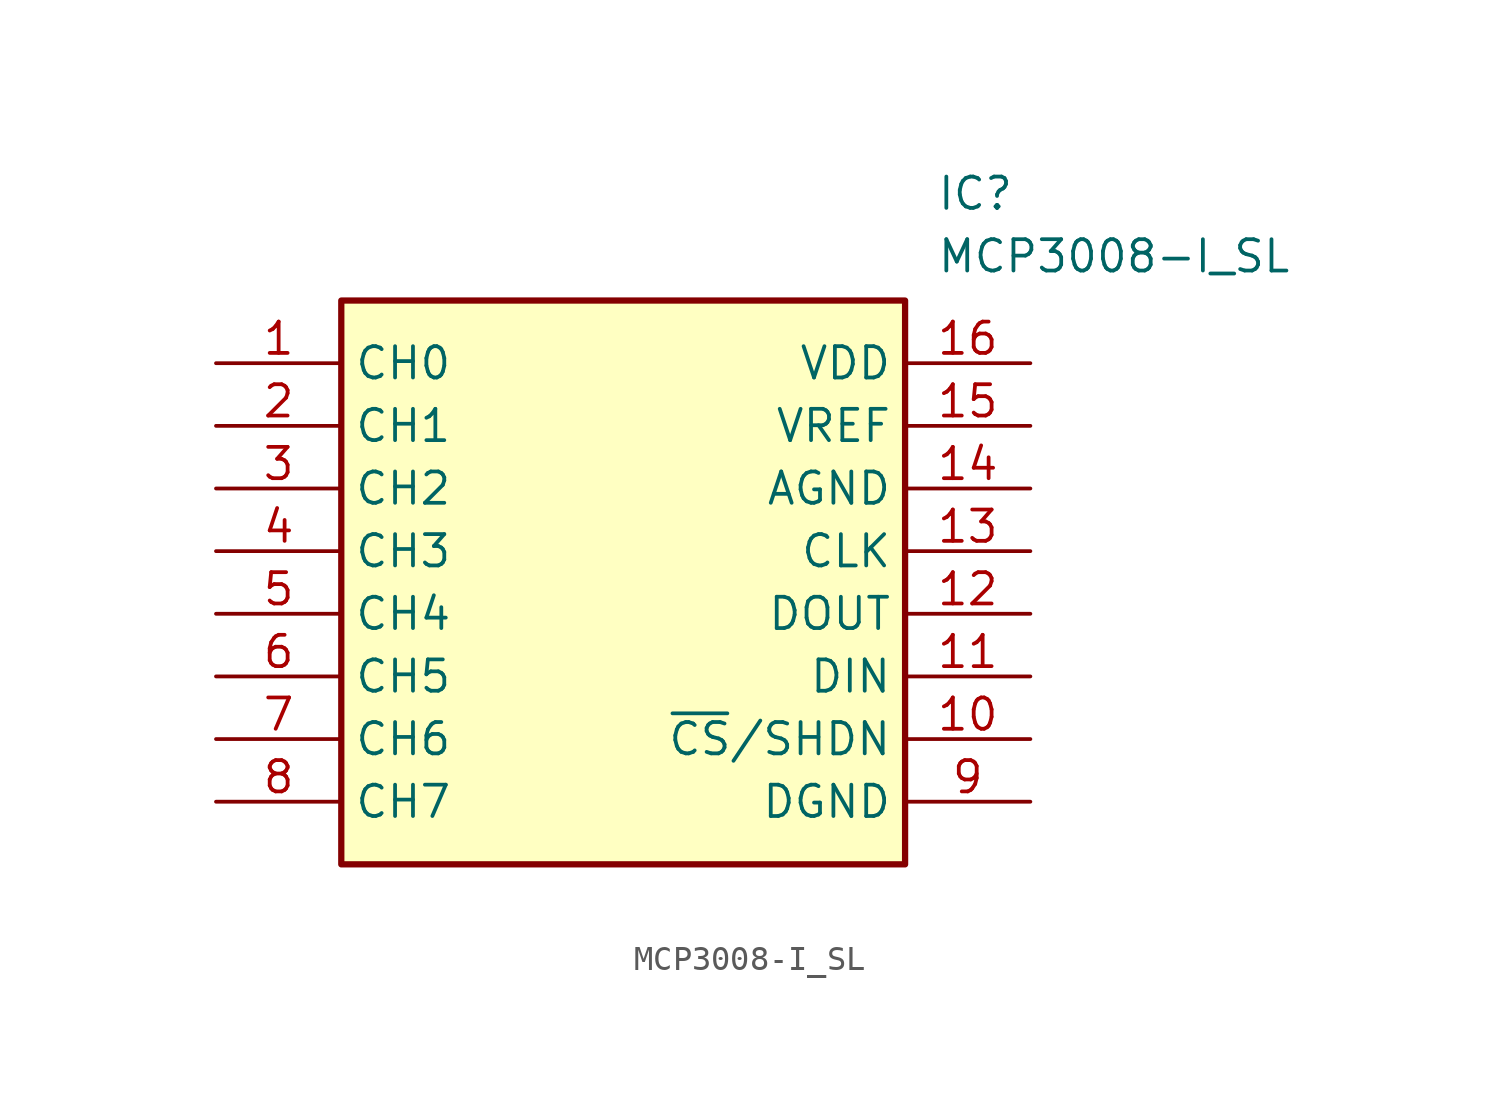
<source format=kicad_sym>
(kicad_symbol_lib
  (version 20211014)
  (generator SamacSys_ECAD_Model)
  (symbol "MCP3008-I_SL"
    (property "Reference" "IC"
      (at 29.21 7.62 0)
      (effects (font (size 1.27 1.27)) (justify left top)))
    (property "Value" "MCP3008-I_SL"
      (at 29.21 5.08 0)
      (effects (font (size 1.27 1.27)) (justify left top)))
    (rectangle
      (start 5.08 2.54)
      (end 27.94 -20.32)
      (stroke (width 0.254) (type default))
      (fill (type background)))
    (pin passive line
      (at 0 0 0)
      (length 5.08)
      (name "CH0" (effects (font (size 1.27 1.27))))
      (number "1" (effects (font (size 1.27 1.27)))))
    (pin passive line
      (at 0 -2.54 0)
      (length 5.08)
      (name "CH1" (effects (font (size 1.27 1.27))))
      (number "2" (effects (font (size 1.27 1.27)))))
    (pin passive line
      (at 0 -5.08 0)
      (length 5.08)
      (name "CH2" (effects (font (size 1.27 1.27))))
      (number "3" (effects (font (size 1.27 1.27)))))
    (pin passive line
      (at 0 -7.62 0)
      (length 5.08)
      (name "CH3" (effects (font (size 1.27 1.27))))
      (number "4" (effects (font (size 1.27 1.27)))))
    (pin passive line
      (at 0 -10.16 0)
      (length 5.08)
      (name "CH4" (effects (font (size 1.27 1.27))))
      (number "5" (effects (font (size 1.27 1.27)))))
    (pin passive line
      (at 0 -12.7 0)
      (length 5.08)
      (name "CH5" (effects (font (size 1.27 1.27))))
      (number "6" (effects (font (size 1.27 1.27)))))
    (pin passive line
      (at 0 -15.24 0)
      (length 5.08)
      (name "CH6" (effects (font (size 1.27 1.27))))
      (number "7" (effects (font (size 1.27 1.27)))))
    (pin passive line
      (at 0 -17.78 0)
      (length 5.08)
      (name "CH7" (effects (font (size 1.27 1.27))))
      (number "8" (effects (font (size 1.27 1.27)))))
    (pin passive line
      (at 33.02 0 180)
      (length 5.08)
      (name "VDD" (effects (font (size 1.27 1.27))))
      (number "16" (effects (font (size 1.27 1.27)))))
    (pin passive line
      (at 33.02 -2.54 180)
      (length 5.08)
      (name "VREF" (effects (font (size 1.27 1.27))))
      (number "15" (effects (font (size 1.27 1.27)))))
    (pin passive line
      (at 33.02 -5.08 180)
      (length 5.08)
      (name "AGND" (effects (font (size 1.27 1.27))))
      (number "14" (effects (font (size 1.27 1.27)))))
    (pin passive line
      (at 33.02 -7.62 180)
      (length 5.08)
      (name "CLK" (effects (font (size 1.27 1.27))))
      (number "13" (effects (font (size 1.27 1.27)))))
    (pin passive line
      (at 33.02 -10.16 180)
      (length 5.08)
      (name "DOUT" (effects (font (size 1.27 1.27))))
      (number "12" (effects (font (size 1.27 1.27)))))
    (pin passive line
      (at 33.02 -12.7 180)
      (length 5.08)
      (name "DIN" (effects (font (size 1.27 1.27))))
      (number "11" (effects (font (size 1.27 1.27)))))
    (pin passive line
      (at 33.02 -15.24 180)
      (length 5.08)
      (name "~{CS}/SHDN" (effects (font (size 1.27 1.27))))
      (number "10" (effects (font (size 1.27 1.27)))))
    (pin passive line
      (at 33.02 -17.78 180)
      (length 5.08)
      (name "DGND" (effects (font (size 1.27 1.27))))
      (number "9" (effects (font (size 1.27 1.27)))))))
</source>
